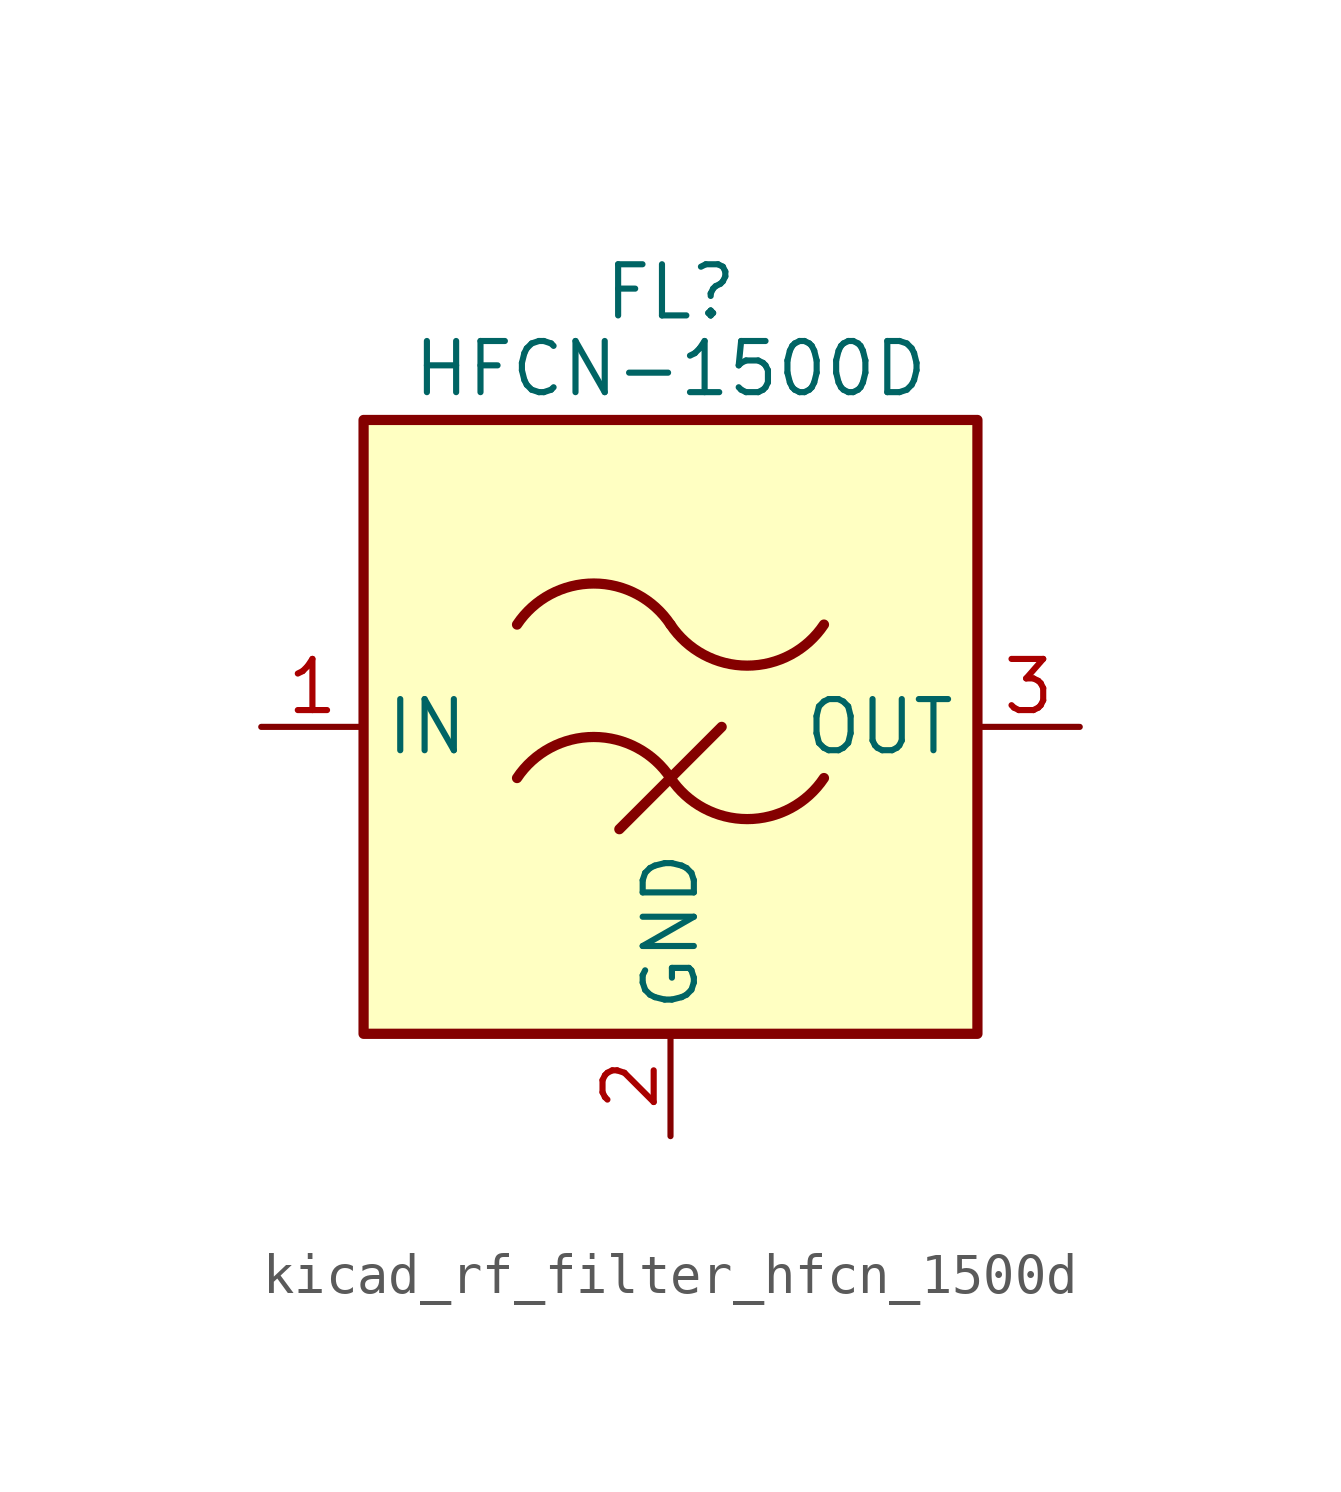
<source format=kicad_sym>
(kicad_symbol_lib
  (version 20220914)
  (generator kicad_symbol_editor)
  (symbol "kicad_rf_filter_hfcn_1500d"
    (property "Reference" "FL"
      (at 0 10.795 0)
      (effects (font (size 1.27 1.27))))
    (property "Value" "HFCN-1500D"
      (at 0 8.89 0)
      (effects (font (size 1.27 1.27))))
    (symbol "kicad_rf_filter_hfcn_1500d_0_1"
      (rectangle (start -7.62 7.62) (end 7.62 -7.62) (stroke (width 0.254) (type default)) (fill (type background)))
      (arc (start 0 -1.27) (mid -1.905 -0.2505) (end -3.81 -1.27) (stroke (width 0.254) (type default)) (fill (type none)))
      (arc (start 0 -1.27) (mid 1.905 -2.2895) (end 3.81 -1.27) (stroke (width 0.254) (type default)) (fill (type none)))
      (polyline (pts (xy -1.27 -2.54) (xy 1.27 0)) (stroke (width 0.254) (type default)) (fill (type none)))
      (arc (start 0 2.54) (mid -1.905 3.5595) (end -3.81 2.54) (stroke (width 0.254) (type default)) (fill (type none)))
      (arc (start 0 2.54) (mid 1.905 1.5205) (end 3.81 2.54) (stroke (width 0.254) (type default)) (fill (type none))))
    (symbol "kicad_rf_filter_hfcn_1500d_1_1"
      (pin passive line (at -10.16 0 0) (length 2.54) (name "IN" (effects (font (size 1.27 1.27)))) (number "1" (effects (font (size 1.27 1.27)))))
      (pin passive line (at 0 -10.16 90) (length 2.54) (name "GND" (effects (font (size 1.27 1.27)))) (number "2" (effects (font (size 1.27 1.27)))))
      (pin passive line (at 10.16 0 180) (length 2.54) (name "OUT" (effects (font (size 1.27 1.27)))) (number "3" (effects (font (size 1.27 1.27)))))
      (pin passive line (at 0 -10.16 90) (length 2.54) hide (name "GND" (effects (font (size 1.27 1.27)))) (number "4" (effects (font (size 1.27 1.27))))))))
</source>
